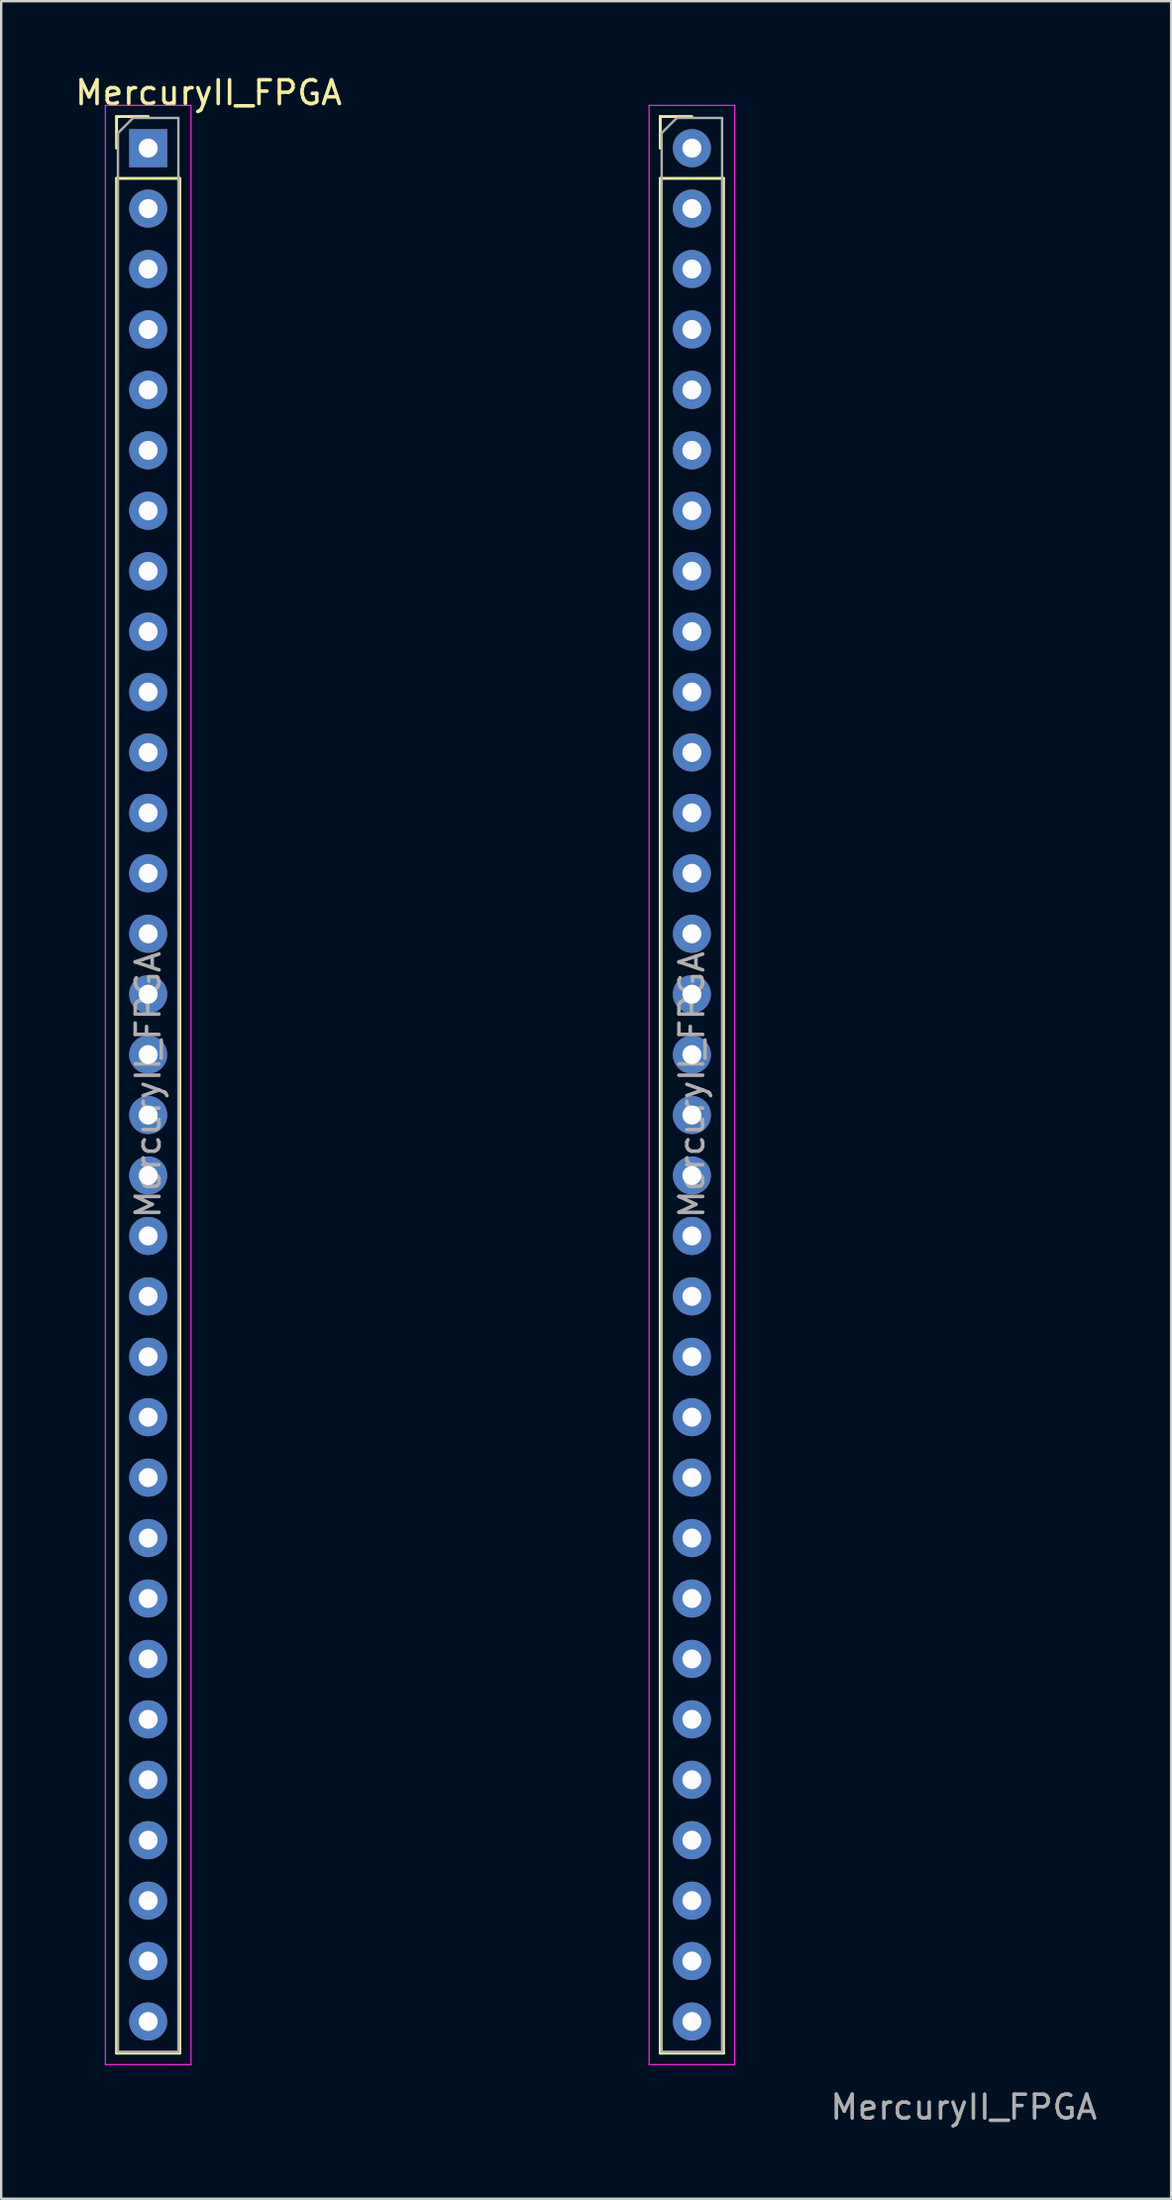
<source format=kicad_pcb>
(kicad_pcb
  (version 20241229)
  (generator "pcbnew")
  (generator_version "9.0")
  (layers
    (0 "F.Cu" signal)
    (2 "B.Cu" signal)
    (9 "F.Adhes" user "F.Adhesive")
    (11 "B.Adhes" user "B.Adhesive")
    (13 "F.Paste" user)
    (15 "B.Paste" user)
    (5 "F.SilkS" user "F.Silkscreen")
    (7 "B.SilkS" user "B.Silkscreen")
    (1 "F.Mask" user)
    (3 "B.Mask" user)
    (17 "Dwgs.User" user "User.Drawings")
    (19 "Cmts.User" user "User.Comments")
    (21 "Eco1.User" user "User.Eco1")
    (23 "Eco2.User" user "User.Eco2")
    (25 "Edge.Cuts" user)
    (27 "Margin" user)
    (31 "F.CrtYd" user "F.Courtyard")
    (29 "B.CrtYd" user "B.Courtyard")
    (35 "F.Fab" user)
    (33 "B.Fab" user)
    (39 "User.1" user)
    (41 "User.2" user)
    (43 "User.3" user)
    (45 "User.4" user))
  (footprint "MercuryII_FPGA"
    (layer "F.Cu")
    (at 3.18 3.178)
    (property "Reference" "MercuryII_FPGA" (at 2.54 -2.33 0) (layer "F.SilkS") (effects (font (size 1 1) (thickness 0.15))))
    (attr through_hole)
    (fp_line (start -1.33 -1.33) (end 0 -1.33) (stroke (width 0.12) (type solid)) (layer "F.SilkS"))
    (fp_line (start -1.33 0) (end -1.33 -1.33) (stroke (width 0.12) (type solid)) (layer "F.SilkS"))
    (fp_line (start -1.33 1.27) (end -1.33 80.07) (stroke (width 0.12) (type solid)) (layer "F.SilkS"))
    (fp_line (start -1.33 1.27) (end 1.33 1.27) (stroke (width 0.12) (type solid)) (layer "F.SilkS"))
    (fp_line (start -1.33 80.07) (end 1.33 80.07) (stroke (width 0.12) (type solid)) (layer "F.SilkS"))
    (fp_line (start 1.33 1.27) (end 1.33 80.07) (stroke (width 0.12) (type solid)) (layer "F.SilkS"))
    (fp_line (start 21.53 -1.33) (end 22.86 -1.33) (stroke (width 0.12) (type solid)) (layer "F.SilkS"))
    (fp_line (start 21.53 0) (end 21.53 -1.33) (stroke (width 0.12) (type solid)) (layer "F.SilkS"))
    (fp_line (start 21.53 1.27) (end 21.53 80.07) (stroke (width 0.12) (type solid)) (layer "F.SilkS"))
    (fp_line (start 21.53 1.27) (end 24.19 1.27) (stroke (width 0.12) (type solid)) (layer "F.SilkS"))
    (fp_line (start 21.53 80.07) (end 24.19 80.07) (stroke (width 0.12) (type solid)) (layer "F.SilkS"))
    (fp_line (start 24.19 1.27) (end 24.19 80.07) (stroke (width 0.12) (type solid)) (layer "F.SilkS"))
    (fp_line (start -1.8 -1.8) (end -1.8 80.55) (stroke (width 0.05) (type solid)) (layer "F.CrtYd"))
    (fp_line (start -1.8 80.55) (end 1.8 80.55) (stroke (width 0.05) (type solid)) (layer "F.CrtYd"))
    (fp_line (start 1.8 -1.8) (end -1.8 -1.8) (stroke (width 0.05) (type solid)) (layer "F.CrtYd"))
    (fp_line (start 1.8 80.55) (end 1.8 -1.8) (stroke (width 0.05) (type solid)) (layer "F.CrtYd"))
    (fp_line (start 21.06 -1.8) (end 21.06 80.55) (stroke (width 0.05) (type solid)) (layer "F.CrtYd"))
    (fp_line (start 21.06 80.55) (end 24.66 80.55) (stroke (width 0.05) (type solid)) (layer "F.CrtYd"))
    (fp_line (start 24.66 -1.8) (end 21.06 -1.8) (stroke (width 0.05) (type solid)) (layer "F.CrtYd"))
    (fp_line (start 24.66 80.55) (end 24.66 -1.8) (stroke (width 0.05) (type solid)) (layer "F.CrtYd"))
    (fp_line (start -1.27 -0.635) (end -0.635 -1.27) (stroke (width 0.1) (type solid)) (layer "F.Fab"))
    (fp_line (start -1.27 80.01) (end -1.27 -0.635) (stroke (width 0.1) (type solid)) (layer "F.Fab"))
    (fp_line (start -0.635 -1.27) (end 1.27 -1.27) (stroke (width 0.1) (type solid)) (layer "F.Fab"))
    (fp_line (start 1.27 -1.27) (end 1.27 80.01) (stroke (width 0.1) (type solid)) (layer "F.Fab"))
    (fp_line (start 1.27 80.01) (end -1.27 80.01) (stroke (width 0.1) (type solid)) (layer "F.Fab"))
    (fp_line (start 21.59 -0.635) (end 22.225 -1.27) (stroke (width 0.1) (type solid)) (layer "F.Fab"))
    (fp_line (start 21.59 80.01) (end 21.59 -0.635) (stroke (width 0.1) (type solid)) (layer "F.Fab"))
    (fp_line (start 22.225 -1.27) (end 24.13 -1.27) (stroke (width 0.1) (type solid)) (layer "F.Fab"))
    (fp_line (start 24.13 -1.27) (end 24.13 80.01) (stroke (width 0.1) (type solid)) (layer "F.Fab"))
    (fp_line (start 24.13 80.01) (end 21.59 80.01) (stroke (width 0.1) (type solid)) (layer "F.Fab"))
    (fp_text user "MercuryII_FPGA" (at 34.29 82.34 0) (layer "F.Fab") (effects (font (size 1 1) (thickness 0.15))))
    (fp_text user "${REFERENCE}" (at 0 39.37 90) (layer "F.Fab") (effects (font (size 1 1) (thickness 0.15))))
    (fp_text user "${REFERENCE}" (at 22.86 39.37 90) (layer "F.Fab") (effects (font (size 1 1) (thickness 0.15))))
    (pad "1" thru_hole rect (at 0 0) (size 1.6 1.6) (drill 0.8) (layers "*.Cu" "*.Mask"))
    (pad "2" thru_hole oval (at 0 2.54) (size 1.6 1.6) (drill 0.8) (layers "*.Cu" "*.Mask"))
    (pad "3" thru_hole oval (at 0 5.08) (size 1.6 1.6) (drill 0.8) (layers "*.Cu" "*.Mask"))
    (pad "4" thru_hole oval (at 0 7.62) (size 1.6 1.6) (drill 0.8) (layers "*.Cu" "*.Mask"))
    (pad "5" thru_hole oval (at 0 10.16) (size 1.6 1.6) (drill 0.8) (layers "*.Cu" "*.Mask"))
    (pad "6" thru_hole oval (at 0 12.7) (size 1.6 1.6) (drill 0.8) (layers "*.Cu" "*.Mask"))
    (pad "7" thru_hole oval (at 0 15.24) (size 1.6 1.6) (drill 0.8) (layers "*.Cu" "*.Mask"))
    (pad "8" thru_hole oval (at 0 17.78) (size 1.6 1.6) (drill 0.8) (layers "*.Cu" "*.Mask"))
    (pad "9" thru_hole oval (at 0 20.32) (size 1.6 1.6) (drill 0.8) (layers "*.Cu" "*.Mask"))
    (pad "10" thru_hole oval (at 0 22.86) (size 1.6 1.6) (drill 0.8) (layers "*.Cu" "*.Mask"))
    (pad "11" thru_hole oval (at 0 25.4) (size 1.6 1.6) (drill 0.8) (layers "*.Cu" "*.Mask"))
    (pad "12" thru_hole oval (at 0 27.94) (size 1.6 1.6) (drill 0.8) (layers "*.Cu" "*.Mask"))
    (pad "13" thru_hole oval (at 0 30.48) (size 1.6 1.6) (drill 0.8) (layers "*.Cu" "*.Mask"))
    (pad "14" thru_hole oval (at 0 33.02) (size 1.6 1.6) (drill 0.8) (layers "*.Cu" "*.Mask"))
    (pad "15" thru_hole oval (at 0 35.56) (size 1.6 1.6) (drill 0.8) (layers "*.Cu" "*.Mask"))
    (pad "16" thru_hole oval (at 0 38.1) (size 1.6 1.6) (drill 0.8) (layers "*.Cu" "*.Mask"))
    (pad "17" thru_hole oval (at 0 40.64) (size 1.6 1.6) (drill 0.8) (layers "*.Cu" "*.Mask"))
    (pad "18" thru_hole oval (at 0 43.18) (size 1.6 1.6) (drill 0.8) (layers "*.Cu" "*.Mask"))
    (pad "19" thru_hole oval (at 0 45.72) (size 1.6 1.6) (drill 0.8) (layers "*.Cu" "*.Mask"))
    (pad "20" thru_hole oval (at 0 48.26) (size 1.6 1.6) (drill 0.8) (layers "*.Cu" "*.Mask"))
    (pad "21" thru_hole oval (at 0 50.8) (size 1.6 1.6) (drill 0.8) (layers "*.Cu" "*.Mask"))
    (pad "22" thru_hole oval (at 0 53.34) (size 1.6 1.6) (drill 0.8) (layers "*.Cu" "*.Mask"))
    (pad "23" thru_hole oval (at 0 55.88) (size 1.6 1.6) (drill 0.8) (layers "*.Cu" "*.Mask"))
    (pad "24" thru_hole oval (at 0 58.42) (size 1.6 1.6) (drill 0.8) (layers "*.Cu" "*.Mask"))
    (pad "25" thru_hole oval (at 0 60.96) (size 1.6 1.6) (drill 0.8) (layers "*.Cu" "*.Mask"))
    (pad "26" thru_hole oval (at 0 63.5) (size 1.6 1.6) (drill 0.8) (layers "*.Cu" "*.Mask"))
    (pad "27" thru_hole oval (at 0 66.04) (size 1.6 1.6) (drill 0.8) (layers "*.Cu" "*.Mask"))
    (pad "28" thru_hole oval (at 0 68.58) (size 1.6 1.6) (drill 0.8) (layers "*.Cu" "*.Mask"))
    (pad "29" thru_hole oval (at 0 71.12) (size 1.6 1.6) (drill 0.8) (layers "*.Cu" "*.Mask"))
    (pad "30" thru_hole oval (at 0 73.66) (size 1.6 1.6) (drill 0.8) (layers "*.Cu" "*.Mask"))
    (pad "31" thru_hole oval (at 0 76.2) (size 1.6 1.6) (drill 0.8) (layers "*.Cu" "*.Mask"))
    (pad "32" thru_hole oval (at 0 78.74) (size 1.6 1.6) (drill 0.8) (layers "*.Cu" "*.Mask"))
    (pad "33" thru_hole oval (at 22.86 78.74) (size 1.6 1.6) (drill 0.8) (layers "*.Cu" "*.Mask"))
    (pad "34" thru_hole oval (at 22.86 76.2) (size 1.6 1.6) (drill 0.8) (layers "*.Cu" "*.Mask"))
    (pad "35" thru_hole oval (at 22.86 73.66) (size 1.6 1.6) (drill 0.8) (layers "*.Cu" "*.Mask"))
    (pad "36" thru_hole oval (at 22.86 71.12) (size 1.6 1.6) (drill 0.8) (layers "*.Cu" "*.Mask"))
    (pad "37" thru_hole oval (at 22.86 68.58) (size 1.6 1.6) (drill 0.8) (layers "*.Cu" "*.Mask"))
    (pad "38" thru_hole oval (at 22.86 66.04) (size 1.6 1.6) (drill 0.8) (layers "*.Cu" "*.Mask"))
    (pad "39" thru_hole oval (at 22.86 63.5) (size 1.6 1.6) (drill 0.8) (layers "*.Cu" "*.Mask"))
    (pad "40" thru_hole oval (at 22.86 60.96) (size 1.6 1.6) (drill 0.8) (layers "*.Cu" "*.Mask"))
    (pad "41" thru_hole oval (at 22.86 58.42) (size 1.6 1.6) (drill 0.8) (layers "*.Cu" "*.Mask"))
    (pad "42" thru_hole oval (at 22.86 55.88) (size 1.6 1.6) (drill 0.8) (layers "*.Cu" "*.Mask"))
    (pad "43" thru_hole oval (at 22.86 53.34) (size 1.6 1.6) (drill 0.8) (layers "*.Cu" "*.Mask"))
    (pad "44" thru_hole oval (at 22.86 50.8) (size 1.6 1.6) (drill 0.8) (layers "*.Cu" "*.Mask"))
    (pad "45" thru_hole oval (at 22.86 48.26) (size 1.6 1.6) (drill 0.8) (layers "*.Cu" "*.Mask"))
    (pad "46" thru_hole oval (at 22.86 45.72) (size 1.6 1.6) (drill 0.8) (layers "*.Cu" "*.Mask"))
    (pad "47" thru_hole oval (at 22.86 43.18) (size 1.6 1.6) (drill 0.8) (layers "*.Cu" "*.Mask"))
    (pad "48" thru_hole oval (at 22.86 40.64) (size 1.6 1.6) (drill 0.8) (layers "*.Cu" "*.Mask"))
    (pad "49" thru_hole oval (at 22.86 38.1) (size 1.6 1.6) (drill 0.8) (layers "*.Cu" "*.Mask"))
    (pad "50" thru_hole oval (at 22.86 35.56) (size 1.6 1.6) (drill 0.8) (layers "*.Cu" "*.Mask"))
    (pad "51" thru_hole oval (at 22.86 33.02) (size 1.6 1.6) (drill 0.8) (layers "*.Cu" "*.Mask"))
    (pad "52" thru_hole oval (at 22.86 30.48) (size 1.6 1.6) (drill 0.8) (layers "*.Cu" "*.Mask"))
    (pad "53" thru_hole oval (at 22.86 27.94) (size 1.6 1.6) (drill 0.8) (layers "*.Cu" "*.Mask"))
    (pad "54" thru_hole oval (at 22.86 25.4) (size 1.6 1.6) (drill 0.8) (layers "*.Cu" "*.Mask"))
    (pad "55" thru_hole oval (at 22.86 22.86) (size 1.6 1.6) (drill 0.8) (layers "*.Cu" "*.Mask"))
    (pad "56" thru_hole oval (at 22.86 20.32) (size 1.6 1.6) (drill 0.8) (layers "*.Cu" "*.Mask"))
    (pad "57" thru_hole oval (at 22.86 17.78) (size 1.6 1.6) (drill 0.8) (layers "*.Cu" "*.Mask"))
    (pad "58" thru_hole oval (at 22.86 15.24) (size 1.6 1.6) (drill 0.8) (layers "*.Cu" "*.Mask"))
    (pad "59" thru_hole oval (at 22.86 12.7) (size 1.6 1.6) (drill 0.8) (layers "*.Cu" "*.Mask"))
    (pad "60" thru_hole oval (at 22.86 10.16) (size 1.6 1.6) (drill 0.8) (layers "*.Cu" "*.Mask"))
    (pad "61" thru_hole oval (at 22.86 7.62) (size 1.6 1.6) (drill 0.8) (layers "*.Cu" "*.Mask"))
    (pad "62" thru_hole oval (at 22.86 5.08) (size 1.6 1.6) (drill 0.8) (layers "*.Cu" "*.Mask"))
    (pad "63" thru_hole oval (at 22.86 2.54) (size 1.6 1.6) (drill 0.8) (layers "*.Cu" "*.Mask"))
    (pad "64" thru_hole oval (at 22.86 0) (size 1.6 1.6) (drill 0.8) (layers "*.Cu" "*.Mask")))
  (gr_rect
    (start -3 -3)
    (end 46.19 89.367)
    (stroke (width 0.1) (type default))
    (fill no)
    (layer "Edge.Cuts")))
</source>
